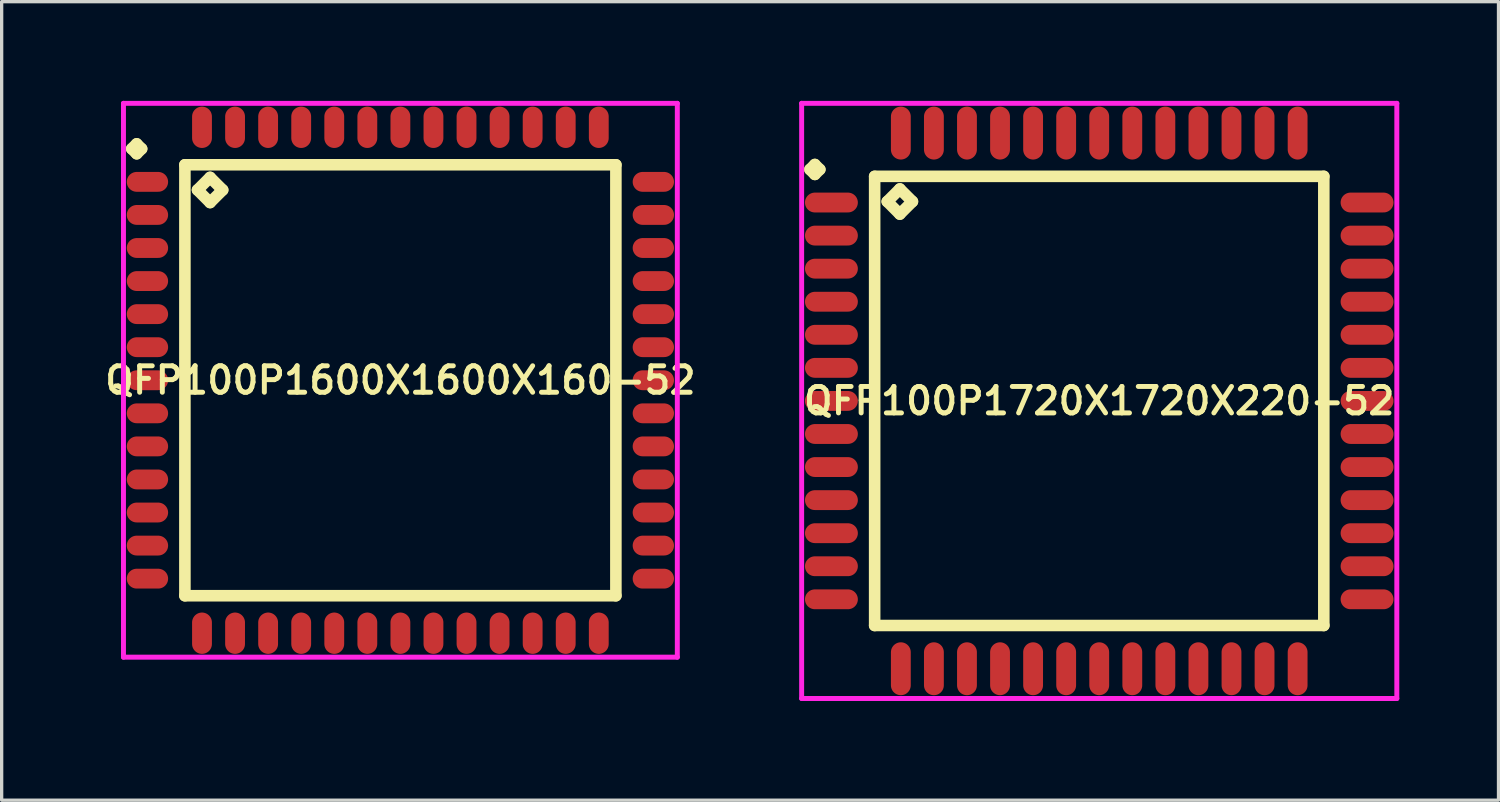
<source format=kicad_pcb>
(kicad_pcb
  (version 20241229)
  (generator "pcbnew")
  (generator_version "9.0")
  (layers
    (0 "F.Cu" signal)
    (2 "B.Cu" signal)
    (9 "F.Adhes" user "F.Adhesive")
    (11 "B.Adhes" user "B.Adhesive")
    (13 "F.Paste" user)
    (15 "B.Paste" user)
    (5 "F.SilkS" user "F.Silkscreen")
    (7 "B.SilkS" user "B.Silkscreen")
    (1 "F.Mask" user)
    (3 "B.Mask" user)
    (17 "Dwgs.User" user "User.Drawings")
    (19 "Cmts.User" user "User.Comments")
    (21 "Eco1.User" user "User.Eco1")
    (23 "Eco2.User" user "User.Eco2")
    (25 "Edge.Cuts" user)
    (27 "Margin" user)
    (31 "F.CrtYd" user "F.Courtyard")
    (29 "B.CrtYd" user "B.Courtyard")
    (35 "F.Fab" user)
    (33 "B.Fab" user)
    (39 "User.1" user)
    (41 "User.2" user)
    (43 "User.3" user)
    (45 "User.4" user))
  (footprint "QFP100P1720X1720X220-52"
    (layer "F.Cu")
    (at 30.194 9.075)
    (property "Reference" "QFP100P1720X1720X220-52" (at 0 0 0) (layer "F.SilkS") (effects (font (size 0.8 0.8) (thickness 0.15))))
    (attr smd)
    (fp_line (start -8.75 -7) (end -8.6 -7.15) (stroke (width 0.35) (type solid)) (layer "F.SilkS"))
    (fp_line (start -8.6 -7.15) (end -8.45 -7) (stroke (width 0.35) (type solid)) (layer "F.SilkS"))
    (fp_line (start -8.6 -6.85) (end -8.75 -7) (stroke (width 0.35) (type solid)) (layer "F.SilkS"))
    (fp_line (start -8.45 -7) (end -8.6 -6.85) (stroke (width 0.35) (type solid)) (layer "F.SilkS"))
    (fp_line (start -6.792 -6.792) (end -6.792 6.792) (stroke (width 0.35) (type solid)) (layer "F.SilkS"))
    (fp_line (start -6.792 6.792) (end 6.792 6.792) (stroke (width 0.35) (type solid)) (layer "F.SilkS"))
    (fp_line (start -6.411 -6.03) (end -6.03 -6.411) (stroke (width 0.35) (type solid)) (layer "F.SilkS"))
    (fp_line (start -6.03 -6.411) (end -5.649 -6.03) (stroke (width 0.35) (type solid)) (layer "F.SilkS"))
    (fp_line (start -6.03 -5.649) (end -6.411 -6.03) (stroke (width 0.35) (type solid)) (layer "F.SilkS"))
    (fp_line (start -5.649 -6.03) (end -6.03 -5.649) (stroke (width 0.35) (type solid)) (layer "F.SilkS"))
    (fp_line (start 6.792 -6.792) (end -6.792 -6.792) (stroke (width 0.35) (type solid)) (layer "F.SilkS"))
    (fp_line (start 6.792 6.792) (end 6.792 -6.792) (stroke (width 0.35) (type solid)) (layer "F.SilkS"))
    (fp_line (start -9 -9) (end 9 -9) (stroke (width 0.15) (type solid)) (layer "F.CrtYd"))
    (fp_line (start -9 9) (end -9 -9) (stroke (width 0.15) (type solid)) (layer "F.CrtYd"))
    (fp_line (start 9 -9) (end 9 9) (stroke (width 0.15) (type solid)) (layer "F.CrtYd"))
    (fp_line (start 9 9) (end -9 9) (stroke (width 0.15) (type solid)) (layer "F.CrtYd"))
    (pad "1" smd oval (at -8.1 -6) (size 1.6 0.6) (layers "F.Cu" "F.Mask" "F.Paste"))
    (pad "2" smd oval (at -8.1 -5) (size 1.6 0.6) (layers "F.Cu" "F.Mask" "F.Paste"))
    (pad "3" smd oval (at -8.1 -4) (size 1.6 0.6) (layers "F.Cu" "F.Mask" "F.Paste"))
    (pad "4" smd oval (at -8.1 -3) (size 1.6 0.6) (layers "F.Cu" "F.Mask" "F.Paste"))
    (pad "5" smd oval (at -8.1 -2) (size 1.6 0.6) (layers "F.Cu" "F.Mask" "F.Paste"))
    (pad "6" smd oval (at -8.1 -1) (size 1.6 0.6) (layers "F.Cu" "F.Mask" "F.Paste"))
    (pad "7" smd oval (at -8.1 0) (size 1.6 0.6) (layers "F.Cu" "F.Mask" "F.Paste"))
    (pad "8" smd oval (at -8.1 1) (size 1.6 0.6) (layers "F.Cu" "F.Mask" "F.Paste"))
    (pad "9" smd oval (at -8.1 2) (size 1.6 0.6) (layers "F.Cu" "F.Mask" "F.Paste"))
    (pad "10" smd oval (at -8.1 3) (size 1.6 0.6) (layers "F.Cu" "F.Mask" "F.Paste"))
    (pad "11" smd oval (at -8.1 4) (size 1.6 0.6) (layers "F.Cu" "F.Mask" "F.Paste"))
    (pad "12" smd oval (at -8.1 5) (size 1.6 0.6) (layers "F.Cu" "F.Mask" "F.Paste"))
    (pad "13" smd oval (at -8.1 6) (size 1.6 0.6) (layers "F.Cu" "F.Mask" "F.Paste"))
    (pad "14" smd oval (at -6 8.1) (size 0.6 1.6) (layers "F.Cu" "F.Mask" "F.Paste"))
    (pad "15" smd oval (at -5 8.1) (size 0.6 1.6) (layers "F.Cu" "F.Mask" "F.Paste"))
    (pad "16" smd oval (at -4 8.1) (size 0.6 1.6) (layers "F.Cu" "F.Mask" "F.Paste"))
    (pad "17" smd oval (at -3 8.1) (size 0.6 1.6) (layers "F.Cu" "F.Mask" "F.Paste"))
    (pad "18" smd oval (at -2 8.1) (size 0.6 1.6) (layers "F.Cu" "F.Mask" "F.Paste"))
    (pad "19" smd oval (at -1 8.1) (size 0.6 1.6) (layers "F.Cu" "F.Mask" "F.Paste"))
    (pad "20" smd oval (at 0 8.1) (size 0.6 1.6) (layers "F.Cu" "F.Mask" "F.Paste"))
    (pad "21" smd oval (at 1 8.1) (size 0.6 1.6) (layers "F.Cu" "F.Mask" "F.Paste"))
    (pad "22" smd oval (at 2 8.1) (size 0.6 1.6) (layers "F.Cu" "F.Mask" "F.Paste"))
    (pad "23" smd oval (at 3 8.1) (size 0.6 1.6) (layers "F.Cu" "F.Mask" "F.Paste"))
    (pad "24" smd oval (at 4 8.1) (size 0.6 1.6) (layers "F.Cu" "F.Mask" "F.Paste"))
    (pad "25" smd oval (at 5 8.1) (size 0.6 1.6) (layers "F.Cu" "F.Mask" "F.Paste"))
    (pad "26" smd oval (at 6 8.1) (size 0.6 1.6) (layers "F.Cu" "F.Mask" "F.Paste"))
    (pad "27" smd oval (at 8.1 6) (size 1.6 0.6) (layers "F.Cu" "F.Mask" "F.Paste"))
    (pad "28" smd oval (at 8.1 5) (size 1.6 0.6) (layers "F.Cu" "F.Mask" "F.Paste"))
    (pad "29" smd oval (at 8.1 4) (size 1.6 0.6) (layers "F.Cu" "F.Mask" "F.Paste"))
    (pad "30" smd oval (at 8.1 3) (size 1.6 0.6) (layers "F.Cu" "F.Mask" "F.Paste"))
    (pad "31" smd oval (at 8.1 2) (size 1.6 0.6) (layers "F.Cu" "F.Mask" "F.Paste"))
    (pad "32" smd oval (at 8.1 1) (size 1.6 0.6) (layers "F.Cu" "F.Mask" "F.Paste"))
    (pad "33" smd oval (at 8.1 0) (size 1.6 0.6) (layers "F.Cu" "F.Mask" "F.Paste"))
    (pad "34" smd oval (at 8.1 -1) (size 1.6 0.6) (layers "F.Cu" "F.Mask" "F.Paste"))
    (pad "35" smd oval (at 8.1 -2) (size 1.6 0.6) (layers "F.Cu" "F.Mask" "F.Paste"))
    (pad "36" smd oval (at 8.1 -3) (size 1.6 0.6) (layers "F.Cu" "F.Mask" "F.Paste"))
    (pad "37" smd oval (at 8.1 -4) (size 1.6 0.6) (layers "F.Cu" "F.Mask" "F.Paste"))
    (pad "38" smd oval (at 8.1 -5) (size 1.6 0.6) (layers "F.Cu" "F.Mask" "F.Paste"))
    (pad "39" smd oval (at 8.1 -6) (size 1.6 0.6) (layers "F.Cu" "F.Mask" "F.Paste"))
    (pad "40" smd oval (at 6 -8.1) (size 0.6 1.6) (layers "F.Cu" "F.Mask" "F.Paste"))
    (pad "41" smd oval (at 5 -8.1) (size 0.6 1.6) (layers "F.Cu" "F.Mask" "F.Paste"))
    (pad "42" smd oval (at 4 -8.1) (size 0.6 1.6) (layers "F.Cu" "F.Mask" "F.Paste"))
    (pad "43" smd oval (at 3 -8.1) (size 0.6 1.6) (layers "F.Cu" "F.Mask" "F.Paste"))
    (pad "44" smd oval (at 2 -8.1) (size 0.6 1.6) (layers "F.Cu" "F.Mask" "F.Paste"))
    (pad "45" smd oval (at 1 -8.1) (size 0.6 1.6) (layers "F.Cu" "F.Mask" "F.Paste"))
    (pad "46" smd oval (at 0 -8.1) (size 0.6 1.6) (layers "F.Cu" "F.Mask" "F.Paste"))
    (pad "47" smd oval (at -1 -8.1) (size 0.6 1.6) (layers "F.Cu" "F.Mask" "F.Paste"))
    (pad "48" smd oval (at -2 -8.1) (size 0.6 1.6) (layers "F.Cu" "F.Mask" "F.Paste"))
    (pad "49" smd oval (at -3 -8.1) (size 0.6 1.6) (layers "F.Cu" "F.Mask" "F.Paste"))
    (pad "50" smd oval (at -4 -8.1) (size 0.6 1.6) (layers "F.Cu" "F.Mask" "F.Paste"))
    (pad "51" smd oval (at -5 -8.1) (size 0.6 1.6) (layers "F.Cu" "F.Mask" "F.Paste"))
    (pad "52" smd oval (at -6 -8.1) (size 0.6 1.6) (layers "F.Cu" "F.Mask" "F.Paste")))
  (footprint "QFP100P1600X1600X160-52"
    (layer "F.Cu")
    (at 9.059 8.45)
    (property "Reference" "QFP100P1600X1600X160-52" (at 0 0 0) (layer "F.SilkS") (effects (font (size 0.8 0.8) (thickness 0.15))))
    (attr smd)
    (fp_line (start -8.125 -7) (end -7.975 -7.15) (stroke (width 0.35) (type solid)) (layer "F.SilkS"))
    (fp_line (start -7.975 -7.15) (end -7.825 -7) (stroke (width 0.35) (type solid)) (layer "F.SilkS"))
    (fp_line (start -7.975 -6.85) (end -8.125 -7) (stroke (width 0.35) (type solid)) (layer "F.SilkS"))
    (fp_line (start -7.825 -7) (end -7.975 -6.85) (stroke (width 0.35) (type solid)) (layer "F.SilkS"))
    (fp_line (start -6.517 -6.517) (end -6.517 6.517) (stroke (width 0.35) (type solid)) (layer "F.SilkS"))
    (fp_line (start -6.517 6.517) (end 6.517 6.517) (stroke (width 0.35) (type solid)) (layer "F.SilkS"))
    (fp_line (start -6.136 -5.755) (end -5.755 -6.136) (stroke (width 0.35) (type solid)) (layer "F.SilkS"))
    (fp_line (start -5.755 -6.136) (end -5.374 -5.755) (stroke (width 0.35) (type solid)) (layer "F.SilkS"))
    (fp_line (start -5.755 -5.374) (end -6.136 -5.755) (stroke (width 0.35) (type solid)) (layer "F.SilkS"))
    (fp_line (start -5.374 -5.755) (end -5.755 -5.374) (stroke (width 0.35) (type solid)) (layer "F.SilkS"))
    (fp_line (start 6.517 -6.517) (end -6.517 -6.517) (stroke (width 0.35) (type solid)) (layer "F.SilkS"))
    (fp_line (start 6.517 6.517) (end 6.517 -6.517) (stroke (width 0.35) (type solid)) (layer "F.SilkS"))
    (fp_line (start -8.375 -8.375) (end 8.375 -8.375) (stroke (width 0.15) (type solid)) (layer "F.CrtYd"))
    (fp_line (start -8.375 8.375) (end -8.375 -8.375) (stroke (width 0.15) (type solid)) (layer "F.CrtYd"))
    (fp_line (start 8.375 -8.375) (end 8.375 8.375) (stroke (width 0.15) (type solid)) (layer "F.CrtYd"))
    (fp_line (start 8.375 8.375) (end -8.375 8.375) (stroke (width 0.15) (type solid)) (layer "F.CrtYd"))
    (pad "1" smd oval (at -7.65 -6) (size 1.25 0.6) (layers "F.Cu" "F.Mask" "F.Paste"))
    (pad "2" smd oval (at -7.65 -5) (size 1.25 0.6) (layers "F.Cu" "F.Mask" "F.Paste"))
    (pad "3" smd oval (at -7.65 -4) (size 1.25 0.6) (layers "F.Cu" "F.Mask" "F.Paste"))
    (pad "4" smd oval (at -7.65 -3) (size 1.25 0.6) (layers "F.Cu" "F.Mask" "F.Paste"))
    (pad "5" smd oval (at -7.65 -2) (size 1.25 0.6) (layers "F.Cu" "F.Mask" "F.Paste"))
    (pad "6" smd oval (at -7.65 -1) (size 1.25 0.6) (layers "F.Cu" "F.Mask" "F.Paste"))
    (pad "7" smd oval (at -7.65 0) (size 1.25 0.6) (layers "F.Cu" "F.Mask" "F.Paste"))
    (pad "8" smd oval (at -7.65 1) (size 1.25 0.6) (layers "F.Cu" "F.Mask" "F.Paste"))
    (pad "9" smd oval (at -7.65 2) (size 1.25 0.6) (layers "F.Cu" "F.Mask" "F.Paste"))
    (pad "10" smd oval (at -7.65 3) (size 1.25 0.6) (layers "F.Cu" "F.Mask" "F.Paste"))
    (pad "11" smd oval (at -7.65 4) (size 1.25 0.6) (layers "F.Cu" "F.Mask" "F.Paste"))
    (pad "12" smd oval (at -7.65 5) (size 1.25 0.6) (layers "F.Cu" "F.Mask" "F.Paste"))
    (pad "13" smd oval (at -7.65 6) (size 1.25 0.6) (layers "F.Cu" "F.Mask" "F.Paste"))
    (pad "14" smd oval (at -6 7.65) (size 0.6 1.25) (layers "F.Cu" "F.Mask" "F.Paste"))
    (pad "15" smd oval (at -5 7.65) (size 0.6 1.25) (layers "F.Cu" "F.Mask" "F.Paste"))
    (pad "16" smd oval (at -4 7.65) (size 0.6 1.25) (layers "F.Cu" "F.Mask" "F.Paste"))
    (pad "17" smd oval (at -3 7.65) (size 0.6 1.25) (layers "F.Cu" "F.Mask" "F.Paste"))
    (pad "18" smd oval (at -2 7.65) (size 0.6 1.25) (layers "F.Cu" "F.Mask" "F.Paste"))
    (pad "19" smd oval (at -1 7.65) (size 0.6 1.25) (layers "F.Cu" "F.Mask" "F.Paste"))
    (pad "20" smd oval (at 0 7.65) (size 0.6 1.25) (layers "F.Cu" "F.Mask" "F.Paste"))
    (pad "21" smd oval (at 1 7.65) (size 0.6 1.25) (layers "F.Cu" "F.Mask" "F.Paste"))
    (pad "22" smd oval (at 2 7.65) (size 0.6 1.25) (layers "F.Cu" "F.Mask" "F.Paste"))
    (pad "23" smd oval (at 3 7.65) (size 0.6 1.25) (layers "F.Cu" "F.Mask" "F.Paste"))
    (pad "24" smd oval (at 4 7.65) (size 0.6 1.25) (layers "F.Cu" "F.Mask" "F.Paste"))
    (pad "25" smd oval (at 5 7.65) (size 0.6 1.25) (layers "F.Cu" "F.Mask" "F.Paste"))
    (pad "26" smd oval (at 6 7.65) (size 0.6 1.25) (layers "F.Cu" "F.Mask" "F.Paste"))
    (pad "27" smd oval (at 7.65 6) (size 1.25 0.6) (layers "F.Cu" "F.Mask" "F.Paste"))
    (pad "28" smd oval (at 7.65 5) (size 1.25 0.6) (layers "F.Cu" "F.Mask" "F.Paste"))
    (pad "29" smd oval (at 7.65 4) (size 1.25 0.6) (layers "F.Cu" "F.Mask" "F.Paste"))
    (pad "30" smd oval (at 7.65 3) (size 1.25 0.6) (layers "F.Cu" "F.Mask" "F.Paste"))
    (pad "31" smd oval (at 7.65 2) (size 1.25 0.6) (layers "F.Cu" "F.Mask" "F.Paste"))
    (pad "32" smd oval (at 7.65 1) (size 1.25 0.6) (layers "F.Cu" "F.Mask" "F.Paste"))
    (pad "33" smd oval (at 7.65 0) (size 1.25 0.6) (layers "F.Cu" "F.Mask" "F.Paste"))
    (pad "34" smd oval (at 7.65 -1) (size 1.25 0.6) (layers "F.Cu" "F.Mask" "F.Paste"))
    (pad "35" smd oval (at 7.65 -2) (size 1.25 0.6) (layers "F.Cu" "F.Mask" "F.Paste"))
    (pad "36" smd oval (at 7.65 -3) (size 1.25 0.6) (layers "F.Cu" "F.Mask" "F.Paste"))
    (pad "37" smd oval (at 7.65 -4) (size 1.25 0.6) (layers "F.Cu" "F.Mask" "F.Paste"))
    (pad "38" smd oval (at 7.65 -5) (size 1.25 0.6) (layers "F.Cu" "F.Mask" "F.Paste"))
    (pad "39" smd oval (at 7.65 -6) (size 1.25 0.6) (layers "F.Cu" "F.Mask" "F.Paste"))
    (pad "40" smd oval (at 6 -7.65) (size 0.6 1.25) (layers "F.Cu" "F.Mask" "F.Paste"))
    (pad "41" smd oval (at 5 -7.65) (size 0.6 1.25) (layers "F.Cu" "F.Mask" "F.Paste"))
    (pad "42" smd oval (at 4 -7.65) (size 0.6 1.25) (layers "F.Cu" "F.Mask" "F.Paste"))
    (pad "43" smd oval (at 3 -7.65) (size 0.6 1.25) (layers "F.Cu" "F.Mask" "F.Paste"))
    (pad "44" smd oval (at 2 -7.65) (size 0.6 1.25) (layers "F.Cu" "F.Mask" "F.Paste"))
    (pad "45" smd oval (at 1 -7.65) (size 0.6 1.25) (layers "F.Cu" "F.Mask" "F.Paste"))
    (pad "46" smd oval (at 0 -7.65) (size 0.6 1.25) (layers "F.Cu" "F.Mask" "F.Paste"))
    (pad "47" smd oval (at -1 -7.65) (size 0.6 1.25) (layers "F.Cu" "F.Mask" "F.Paste"))
    (pad "48" smd oval (at -2 -7.65) (size 0.6 1.25) (layers "F.Cu" "F.Mask" "F.Paste"))
    (pad "49" smd oval (at -3 -7.65) (size 0.6 1.25) (layers "F.Cu" "F.Mask" "F.Paste"))
    (pad "50" smd oval (at -4 -7.65) (size 0.6 1.25) (layers "F.Cu" "F.Mask" "F.Paste"))
    (pad "51" smd oval (at -5 -7.65) (size 0.6 1.25) (layers "F.Cu" "F.Mask" "F.Paste"))
    (pad "52" smd oval (at -6 -7.65) (size 0.6 1.25) (layers "F.Cu" "F.Mask" "F.Paste")))
  (gr_rect
    (start -3 -3)
    (end 42.269 21.15)
    (stroke (width 0.1) (type default))
    (fill no)
    (layer "Edge.Cuts")))
</source>
